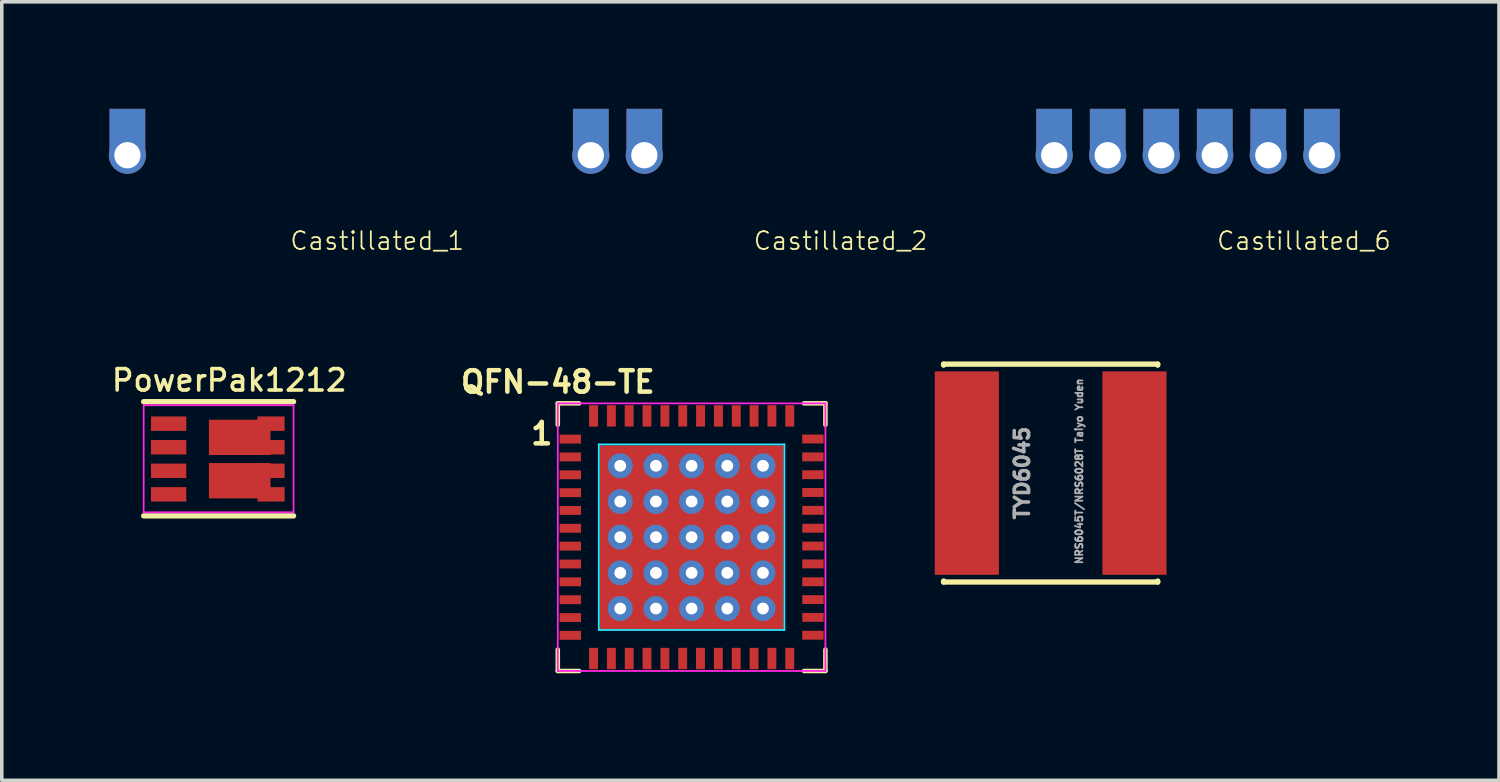
<source format=kicad_pcb>
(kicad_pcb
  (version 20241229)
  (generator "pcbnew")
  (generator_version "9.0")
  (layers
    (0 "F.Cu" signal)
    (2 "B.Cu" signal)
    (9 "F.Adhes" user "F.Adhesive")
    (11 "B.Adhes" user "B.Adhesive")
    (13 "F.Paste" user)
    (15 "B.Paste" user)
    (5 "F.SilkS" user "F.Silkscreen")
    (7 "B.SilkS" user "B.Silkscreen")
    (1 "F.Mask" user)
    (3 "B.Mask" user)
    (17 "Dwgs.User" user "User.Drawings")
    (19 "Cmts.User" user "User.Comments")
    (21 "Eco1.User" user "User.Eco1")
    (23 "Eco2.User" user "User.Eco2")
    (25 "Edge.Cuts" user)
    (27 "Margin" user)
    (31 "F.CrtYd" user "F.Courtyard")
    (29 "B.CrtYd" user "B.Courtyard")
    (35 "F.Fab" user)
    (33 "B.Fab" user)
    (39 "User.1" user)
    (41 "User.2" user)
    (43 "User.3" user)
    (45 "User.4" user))
  (footprint "Castillated_1"
    (layer "F.Cu")
    (at 3.521 1.3)
    (property "Reference" "Castillated_1" (at 4 2.4 0) (layer "F.SilkS") (effects (font (size 0.5 0.5) (thickness 0.05))))
    (attr through_hole)
    (pad "1" smd rect (at -3 -0.7) (size 1 1.2) (layers "*.Cu" "*.Mask"))
    (pad "1" thru_hole circle (at -3 0) (size 1.041 1.041) (drill 0.737) (layers "*.Cu" "*.Mask")))
  (footprint "QFN-48-TE"
    (layer "F.Cu")
    (at 16.332 12.004)
    (property "Reference" "QFN-48-TE" (at -3.75 -4.35 180) (layer "F.SilkS") (effects (font (size 0.6 0.6) (thickness 0.127))))
    (attr smd)
    (fp_line (start -3.75 -3.75) (end -3.75 -3.15) (stroke (width 0.127) (type solid)) (layer "F.SilkS"))
    (fp_line (start -3.75 3.15) (end -3.75 3.75) (stroke (width 0.127) (type solid)) (layer "F.SilkS"))
    (fp_line (start -3.75 3.75) (end -3.15 3.75) (stroke (width 0.127) (type solid)) (layer "F.SilkS"))
    (fp_line (start -3.15 -3.75) (end -3.75 -3.75) (stroke (width 0.127) (type solid)) (layer "F.SilkS"))
    (fp_line (start 3.75 -3.75) (end 3.15 -3.75) (stroke (width 0.127) (type solid)) (layer "F.SilkS"))
    (fp_line (start 3.75 -3.15) (end 3.75 -3.75) (stroke (width 0.127) (type solid)) (layer "F.SilkS"))
    (fp_line (start 3.75 3.15) (end 3.75 3.75) (stroke (width 0.127) (type solid)) (layer "F.SilkS"))
    (fp_line (start 3.75 3.75) (end 3.15 3.75) (stroke (width 0.127) (type solid)) (layer "F.SilkS"))
    (fp_line (start -2.6 -2.6) (end 2.6 -2.6) (stroke (width 0.05) (type solid)) (layer "B.CrtYd"))
    (fp_line (start -2.6 2.6) (end -2.6 -2.6) (stroke (width 0.05) (type solid)) (layer "B.CrtYd"))
    (fp_line (start 2.6 -2.6) (end 2.6 2.6) (stroke (width 0.05) (type solid)) (layer "B.CrtYd"))
    (fp_line (start 2.6 2.6) (end -2.6 2.6) (stroke (width 0.05) (type solid)) (layer "B.CrtYd"))
    (fp_line (start -3.75 -3.75) (end 3.75 -3.75) (stroke (width 0.05) (type solid)) (layer "F.CrtYd"))
    (fp_line (start -3.75 3.75) (end -3.75 -3.75) (stroke (width 0.05) (type solid)) (layer "F.CrtYd"))
    (fp_line (start 3.75 -3.75) (end 3.75 3.75) (stroke (width 0.05) (type solid)) (layer "F.CrtYd"))
    (fp_line (start 3.75 3.75) (end -3.75 3.75) (stroke (width 0.05) (type solid)) (layer "F.CrtYd"))
    (fp_text user "1" (at -4.2 -2.9 0) (layer "F.SilkS") (effects (font (size 0.6 0.6) (thickness 0.127))))
    (pad "1" smd rect (at -3.399 -2.748) (size 0.599 0.249) (layers "F.Cu" "F.Mask" "F.Paste"))
    (pad "2" smd rect (at -3.399 -2.248) (size 0.599 0.249) (layers "F.Cu" "F.Mask" "F.Paste"))
    (pad "3" smd rect (at -3.399 -1.748) (size 0.599 0.249) (layers "F.Cu" "F.Mask" "F.Paste"))
    (pad "4" smd rect (at -3.399 -1.247) (size 0.599 0.249) (layers "F.Cu" "F.Mask" "F.Paste"))
    (pad "5" smd rect (at -3.399 -0.749) (size 0.599 0.249) (layers "F.Cu" "F.Mask" "F.Paste"))
    (pad "6" smd rect (at -3.399 -0.249) (size 0.599 0.249) (layers "F.Cu" "F.Mask" "F.Paste"))
    (pad "7" smd rect (at -3.399 0.251) (size 0.599 0.249) (layers "F.Cu" "F.Mask" "F.Paste"))
    (pad "8" smd rect (at -3.399 0.752) (size 0.599 0.249) (layers "F.Cu" "F.Mask" "F.Paste"))
    (pad "9" smd rect (at -3.399 1.252) (size 0.599 0.249) (layers "F.Cu" "F.Mask" "F.Paste"))
    (pad "10" smd rect (at -3.399 1.753) (size 0.599 0.249) (layers "F.Cu" "F.Mask" "F.Paste"))
    (pad "11" smd rect (at -3.399 2.253) (size 0.599 0.249) (layers "F.Cu" "F.Mask" "F.Paste"))
    (pad "12" smd rect (at -3.399 2.751) (size 0.599 0.249) (layers "F.Cu" "F.Mask" "F.Paste"))
    (pad "13" smd rect (at -2.748 3.401) (size 0.249 0.599) (layers "F.Cu" "F.Mask" "F.Paste"))
    (pad "14" smd rect (at -2.248 3.401) (size 0.249 0.599) (layers "F.Cu" "F.Mask" "F.Paste"))
    (pad "15" smd rect (at -1.748 3.401) (size 0.249 0.599) (layers "F.Cu" "F.Mask" "F.Paste"))
    (pad "16" smd rect (at -1.25 3.401) (size 0.249 0.599) (layers "F.Cu" "F.Mask" "F.Paste"))
    (pad "17" smd rect (at -0.749 3.401) (size 0.249 0.599) (layers "F.Cu" "F.Mask" "F.Paste"))
    (pad "18" smd rect (at -0.25 3.4) (size 0.249 0.599) (layers "F.Cu" "F.Mask" "F.Paste"))
    (pad "19" smd rect (at 0.249 3.401) (size 0.249 0.599) (layers "F.Cu" "F.Mask" "F.Paste"))
    (pad "20" smd rect (at 0.749 3.401) (size 0.249 0.599) (layers "F.Cu" "F.Mask" "F.Paste"))
    (pad "21" smd rect (at 1.25 3.401) (size 0.249 0.599) (layers "F.Cu" "F.Mask" "F.Paste"))
    (pad "22" smd rect (at 1.75 3.401) (size 0.249 0.599) (layers "F.Cu" "F.Mask" "F.Paste"))
    (pad "23" smd rect (at 2.25 3.401) (size 0.249 0.599) (layers "F.Cu" "F.Mask" "F.Paste"))
    (pad "24" smd rect (at 2.751 3.401) (size 0.249 0.599) (layers "F.Cu" "F.Mask" "F.Paste"))
    (pad "25" smd rect (at 3.399 2.748) (size 0.599 0.249) (layers "F.Cu" "F.Mask" "F.Paste"))
    (pad "26" smd rect (at 3.401 2.248) (size 0.599 0.249) (layers "F.Cu" "F.Mask" "F.Paste"))
    (pad "27" smd rect (at 3.401 1.75) (size 0.599 0.249) (layers "F.Cu" "F.Mask" "F.Paste"))
    (pad "28" smd rect (at 3.401 1.25) (size 0.599 0.249) (layers "F.Cu" "F.Mask" "F.Paste"))
    (pad "29" smd rect (at 3.401 0.749) (size 0.599 0.249) (layers "F.Cu" "F.Mask" "F.Paste"))
    (pad "30" smd rect (at 3.401 0.249) (size 0.599 0.249) (layers "F.Cu" "F.Mask" "F.Paste"))
    (pad "31" smd rect (at 3.401 -0.251) (size 0.599 0.249) (layers "F.Cu" "F.Mask" "F.Paste"))
    (pad "32" smd rect (at 3.401 -0.752) (size 0.599 0.249) (layers "F.Cu" "F.Mask" "F.Paste"))
    (pad "33" smd rect (at 3.399 -1.252) (size 0.599 0.249) (layers "F.Cu" "F.Mask" "F.Paste"))
    (pad "34" smd rect (at 3.399 -1.75) (size 0.599 0.249) (layers "F.Cu" "F.Mask" "F.Paste"))
    (pad "35" smd rect (at 3.399 -2.25) (size 0.599 0.249) (layers "F.Cu" "F.Mask" "F.Paste"))
    (pad "36" smd rect (at 3.399 -2.751) (size 0.599 0.249) (layers "F.Cu" "F.Mask" "F.Paste"))
    (pad "37" smd rect (at 2.751 -3.399) (size 0.249 0.599) (layers "F.Cu" "F.Mask" "F.Paste"))
    (pad "38" smd rect (at 2.25 -3.399) (size 0.249 0.599) (layers "F.Cu" "F.Mask" "F.Paste"))
    (pad "39" smd rect (at 1.75 -3.399) (size 0.249 0.599) (layers "F.Cu" "F.Mask" "F.Paste"))
    (pad "40" smd rect (at 1.252 -3.399) (size 0.249 0.599) (layers "F.Cu" "F.Mask" "F.Paste"))
    (pad "41" smd rect (at 0.752 -3.399) (size 0.249 0.599) (layers "F.Cu" "F.Mask" "F.Paste"))
    (pad "42" smd rect (at 0.251 -3.399) (size 0.249 0.599) (layers "F.Cu" "F.Mask" "F.Paste"))
    (pad "43" smd rect (at -0.249 -3.399) (size 0.249 0.599) (layers "F.Cu" "F.Mask" "F.Paste"))
    (pad "44" smd rect (at -0.749 -3.399) (size 0.249 0.599) (layers "F.Cu" "F.Mask" "F.Paste"))
    (pad "45" smd rect (at -1.25 -3.399) (size 0.249 0.599) (layers "F.Cu" "F.Mask" "F.Paste"))
    (pad "46" smd rect (at -1.75 -3.399) (size 0.249 0.599) (layers "F.Cu" "F.Mask" "F.Paste"))
    (pad "47" smd rect (at -2.248 -3.399) (size 0.249 0.599) (layers "F.Cu" "F.Mask" "F.Paste"))
    (pad "48" smd rect (at -2.748 -3.399) (size 0.249 0.599) (layers "F.Cu" "F.Mask" "F.Paste"))
    (pad "49" thru_hole circle (at -2 -2) (size 0.7 0.7) (drill 0.33) (layers "*.Cu" "F.Mask"))
    (pad "49" thru_hole circle (at -2 -1) (size 0.7 0.7) (drill 0.33) (layers "*.Cu" "F.Mask"))
    (pad "49" thru_hole circle (at -2 0) (size 0.7 0.7) (drill 0.33) (layers "*.Cu" "F.Mask"))
    (pad "49" thru_hole circle (at -2 1) (size 0.7 0.7) (drill 0.33) (layers "*.Cu" "F.Mask"))
    (pad "49" thru_hole circle (at -2 2) (size 0.7 0.7) (drill 0.33) (layers "*.Cu" "F.Mask"))
    (pad "49" smd oval (at -1.5 -1.5) (size 1 0.8) (layers "F.Cu" "F.Mask" "F.Paste"))
    (pad "49" smd oval (at -1.5 -0.5) (size 1 0.8) (layers "F.Cu" "F.Mask" "F.Paste"))
    (pad "49" smd oval (at -1.5 0.5) (size 1 0.8) (layers "F.Cu" "F.Mask" "F.Paste"))
    (pad "49" smd oval (at -1.5 1.5) (size 1 0.8) (layers "F.Cu" "F.Mask" "F.Paste"))
    (pad "49" thru_hole circle (at -1 -2) (size 0.7 0.7) (drill 0.33) (layers "*.Cu" "F.Mask"))
    (pad "49" thru_hole circle (at -1 -1) (size 0.7 0.7) (drill 0.33) (layers "*.Cu" "F.Mask"))
    (pad "49" thru_hole circle (at -1 0) (size 0.7 0.7) (drill 0.33) (layers "*.Cu" "F.Mask"))
    (pad "49" thru_hole circle (at -1 1) (size 0.7 0.7) (drill 0.33) (layers "*.Cu" "F.Mask"))
    (pad "49" thru_hole circle (at -1 2) (size 0.7 0.7) (drill 0.33) (layers "*.Cu" "F.Mask"))
    (pad "49" smd oval (at -0.5 -1.5) (size 1 0.8) (layers "F.Cu" "F.Mask" "F.Paste"))
    (pad "49" smd oval (at -0.5 -0.5) (size 1 0.8) (layers "F.Cu" "F.Mask" "F.Paste"))
    (pad "49" smd oval (at -0.5 0.5) (size 1 0.8) (layers "F.Cu" "F.Mask" "F.Paste"))
    (pad "49" smd oval (at -0.5 1.5) (size 1 0.8) (layers "F.Cu" "F.Mask" "F.Paste"))
    (pad "49" smd oval (at 0 -2.35) (size 5 0.3) (layers "F.Cu" "F.Mask" "F.Paste"))
    (pad "49" thru_hole circle (at 0 -2) (size 0.7 0.7) (drill 0.33) (layers "*.Cu" "F.Mask"))
    (pad "49" smd oval (at 0 -1.5) (size 5 0.6) (layers "F.Cu" "F.Mask" "F.Paste"))
    (pad "49" thru_hole circle (at 0 -1) (size 0.7 0.7) (drill 0.33) (layers "*.Cu" "F.Mask"))
    (pad "49" smd oval (at 0 -0.5) (size 5 0.6) (layers "F.Cu" "F.Mask" "F.Paste"))
    (pad "49" thru_hole circle (at 0 0) (size 0.7 0.7) (drill 0.33) (layers "*.Cu" "F.Mask"))
    (pad "49" smd rect (at 0 0 270) (size 5.15 5.15) (layers "F.Cu" "F.Mask"))
    (pad "49" smd oval (at 0 0.5) (size 5 0.6) (layers "F.Cu" "F.Mask" "F.Paste"))
    (pad "49" thru_hole circle (at 0 1) (size 0.7 0.7) (drill 0.33) (layers "*.Cu" "F.Mask"))
    (pad "49" smd oval (at 0 1.5) (size 5 0.6) (layers "F.Cu" "F.Mask" "F.Paste"))
    (pad "49" thru_hole circle (at 0 2) (size 0.7 0.7) (drill 0.33) (layers "*.Cu" "F.Mask"))
    (pad "49" smd oval (at 0 2.35) (size 5 0.3) (layers "F.Cu" "F.Mask" "F.Paste"))
    (pad "49" smd oval (at 0.5 -1.5) (size 1 0.8) (layers "F.Cu" "F.Mask" "F.Paste"))
    (pad "49" smd oval (at 0.5 -0.5) (size 1 0.8) (layers "F.Cu" "F.Mask" "F.Paste"))
    (pad "49" smd oval (at 0.5 0.5) (size 1 0.8) (layers "F.Cu" "F.Mask" "F.Paste"))
    (pad "49" smd oval (at 0.5 1.5) (size 1 0.8) (layers "F.Cu" "F.Mask" "F.Paste"))
    (pad "49" thru_hole circle (at 1 -2) (size 0.7 0.7) (drill 0.33) (layers "*.Cu" "F.Mask"))
    (pad "49" thru_hole circle (at 1 -1) (size 0.7 0.7) (drill 0.33) (layers "*.Cu" "F.Mask"))
    (pad "49" thru_hole circle (at 1 0) (size 0.7 0.7) (drill 0.33) (layers "*.Cu" "F.Mask"))
    (pad "49" thru_hole circle (at 1 1) (size 0.7 0.7) (drill 0.33) (layers "*.Cu" "F.Mask"))
    (pad "49" thru_hole circle (at 1 2) (size 0.7 0.7) (drill 0.33) (layers "*.Cu" "F.Mask"))
    (pad "49" smd oval (at 1.5 -1.5) (size 1 0.8) (layers "F.Cu" "F.Mask" "F.Paste"))
    (pad "49" smd oval (at 1.5 -0.5) (size 1 0.8) (layers "F.Cu" "F.Mask" "F.Paste"))
    (pad "49" smd oval (at 1.5 0.5) (size 1 0.8) (layers "F.Cu" "F.Mask" "F.Paste"))
    (pad "49" smd oval (at 1.5 1.5) (size 1 0.8) (layers "F.Cu" "F.Mask" "F.Paste"))
    (pad "49" thru_hole circle (at 2 -2) (size 0.7 0.7) (drill 0.33) (layers "*.Cu" "F.Mask"))
    (pad "49" thru_hole circle (at 2 -1) (size 0.7 0.7) (drill 0.33) (layers "*.Cu" "F.Mask"))
    (pad "49" thru_hole circle (at 2 0) (size 0.7 0.7) (drill 0.33) (layers "*.Cu" "F.Mask"))
    (pad "49" thru_hole circle (at 2 1) (size 0.7 0.7) (drill 0.33) (layers "*.Cu" "F.Mask"))
    (pad "49" thru_hole circle (at 2 2) (size 0.7 0.7) (drill 0.33) (layers "*.Cu" "F.Mask")))
  (footprint "Castillated_6"
    (layer "F.Cu")
    (at 29.493 1.3)
    (property "Reference" "Castillated_6" (at 4 2.4 0) (layer "F.SilkS") (effects (font (size 0.5 0.5) (thickness 0.05))))
    (attr through_hole)
    (pad "1" smd rect (at -3 -0.7) (size 1 1.2) (layers "*.Cu" "*.Mask"))
    (pad "1" thru_hole circle (at -3 0) (size 1.041 1.041) (drill 0.737) (layers "*.Cu" "*.Mask"))
    (pad "2" smd rect (at -1.5 -0.7) (size 1 1.2) (layers "*.Cu" "*.Mask"))
    (pad "2" thru_hole circle (at -1.5 0) (size 1.041 1.041) (drill 0.737) (layers "*.Cu" "*.Mask"))
    (pad "3" smd rect (at 0 -0.7) (size 1 1.2) (layers "*.Cu" "*.Mask"))
    (pad "3" thru_hole circle (at 0 0) (size 1.041 1.041) (drill 0.737) (layers "*.Cu" "*.Mask"))
    (pad "4" smd rect (at 1.5 -0.7) (size 1 1.2) (layers "*.Cu" "*.Mask"))
    (pad "4" thru_hole circle (at 1.5 0) (size 1.041 1.041) (drill 0.737) (layers "*.Cu" "*.Mask"))
    (pad "5" smd rect (at 3 -0.7) (size 1 1.2) (layers "*.Cu" "*.Mask"))
    (pad "5" thru_hole circle (at 3 0) (size 1.041 1.041) (drill 0.737) (layers "*.Cu" "*.Mask"))
    (pad "6" smd rect (at 4.5 -0.7) (size 1 1.2) (layers "*.Cu" "*.Mask"))
    (pad "6" thru_hole circle (at 4.5 0) (size 1.041 1.041) (drill 0.737) (layers "*.Cu" "*.Mask")))
  (footprint "PowerPak1212"
    (layer "F.Cu")
    (at 1.676 11.007)
    (property "Reference" "PowerPak1212" (at 1.7 -3.4 0) (layer "F.SilkS") (effects (font (size 0.6 0.6) (thickness 0.1))))
    (attr smd)
    (fp_line (start -0.7 -2.8) (end 3.5 -2.8) (stroke (width 0.15) (type solid)) (layer "F.SilkS"))
    (fp_line (start -0.7 0.4) (end 3.5 0.4) (stroke (width 0.15) (type solid)) (layer "F.SilkS"))
    (fp_line (start -0.7 -2.7) (end -0.7 0.3) (stroke (width 0.05) (type solid)) (layer "F.CrtYd"))
    (fp_line (start -0.7 -2.7) (end 3.5 -2.7) (stroke (width 0.05) (type solid)) (layer "F.CrtYd"))
    (fp_line (start -0.7 0.3) (end 3.5 0.3) (stroke (width 0.05) (type solid)) (layer "F.CrtYd"))
    (fp_line (start 3.5 -2.7) (end 3.5 0.3) (stroke (width 0.05) (type solid)) (layer "F.CrtYd"))
    (pad "1" smd rect (at 0 -2.183) (size 0.99 0.405) (layers "F.Cu" "F.Mask" "F.Paste"))
    (pad "2" smd rect (at 0 -1.522) (size 0.99 0.405) (layers "F.Cu" "F.Mask" "F.Paste"))
    (pad "3" smd rect (at 0 -0.863) (size 0.99 0.405) (layers "F.Cu" "F.Mask" "F.Paste"))
    (pad "4" smd rect (at 0 -0.203) (size 0.99 0.405) (layers "F.Cu" "F.Mask" "F.Paste"))
    (pad "5" smd rect (at 1.992 -0.585) (size 1.725 0.99) (layers "F.Cu" "F.Mask" "F.Paste"))
    (pad "5" smd rect (at 2.87 -0.863) (size 0.76 0.405) (layers "F.Cu" "F.Mask" "F.Paste"))
    (pad "5" smd rect (at 2.87 -0.203) (size 0.76 0.405) (layers "F.Cu" "F.Mask" "F.Paste"))
    (pad "6" smd rect (at 1.992 -1.8) (size 1.725 0.99) (layers "F.Cu" "F.Mask" "F.Paste"))
    (pad "6" smd rect (at 2.87 -2.183) (size 0.76 0.405) (layers "F.Cu" "F.Mask" "F.Paste"))
    (pad "6" smd rect (at 2.87 -1.522) (size 0.76 0.405) (layers "F.Cu" "F.Mask" "F.Paste")))
  (footprint "Castillated_2"
    (layer "F.Cu")
    (at 16.507 1.3)
    (property "Reference" "Castillated_2" (at 4 2.4 0) (layer "F.SilkS") (effects (font (size 0.5 0.5) (thickness 0.05))))
    (attr through_hole)
    (pad "1" smd rect (at -3 -0.7) (size 1 1.2) (layers "*.Cu" "*.Mask"))
    (pad "1" thru_hole circle (at -3 0) (size 1.041 1.041) (drill 0.737) (layers "*.Cu" "*.Mask"))
    (pad "2" smd rect (at -1.5 -0.7) (size 1 1.2) (layers "*.Cu" "*.Mask"))
    (pad "2" thru_hole circle (at -1.5 0) (size 1.041 1.041) (drill 0.737) (layers "*.Cu" "*.Mask")))
  (footprint "TYD6045"
    (layer "F.Cu")
    (at 26.394 10.208)
    (property "Reference" "TYD6045" (at -0.8 0 90) (layer "F.Fab") (effects (font (size 0.4 0.4) (thickness 0.1))))
    (attr through_hole)
    (fp_line (start -3 -3.053) (end -3 -3.025) (stroke (width 0.15) (type solid)) (layer "F.SilkS"))
    (fp_line (start -3 -3.053) (end 3 -3.053) (stroke (width 0.15) (type solid)) (layer "F.SilkS"))
    (fp_line (start -3 3.025) (end -3 3.053) (stroke (width 0.15) (type solid)) (layer "F.SilkS"))
    (fp_line (start -3 3.053) (end 3 3.053) (stroke (width 0.15) (type solid)) (layer "F.SilkS"))
    (fp_line (start 3 -3.053) (end 3 -3.025) (stroke (width 0.15) (type solid)) (layer "F.SilkS"))
    (fp_line (start 3 3.025) (end 3 3.053) (stroke (width 0.15) (type solid)) (layer "F.SilkS"))
    (fp_text user "NRS6045T/NRS6028T Taiyo Yuden" (at 0.8 -0.05 90) (layer "F.Fab") (effects (font (size 0.2 0.2) (thickness 0.05))))
    (pad "1" smd rect (at 2.349 0 270) (size 5.7 1.798) (layers "F.Cu" "F.Mask" "F.Paste"))
    (pad "2" smd rect (at -2.349 0 90) (size 5.7 1.798) (layers "F.Cu" "F.Mask" "F.Paste")))
  (gr_rect
    (start -3 -3)
    (end 38.959 18.818)
    (stroke (width 0.1) (type default))
    (fill no)
    (layer "Edge.Cuts")))
</source>
